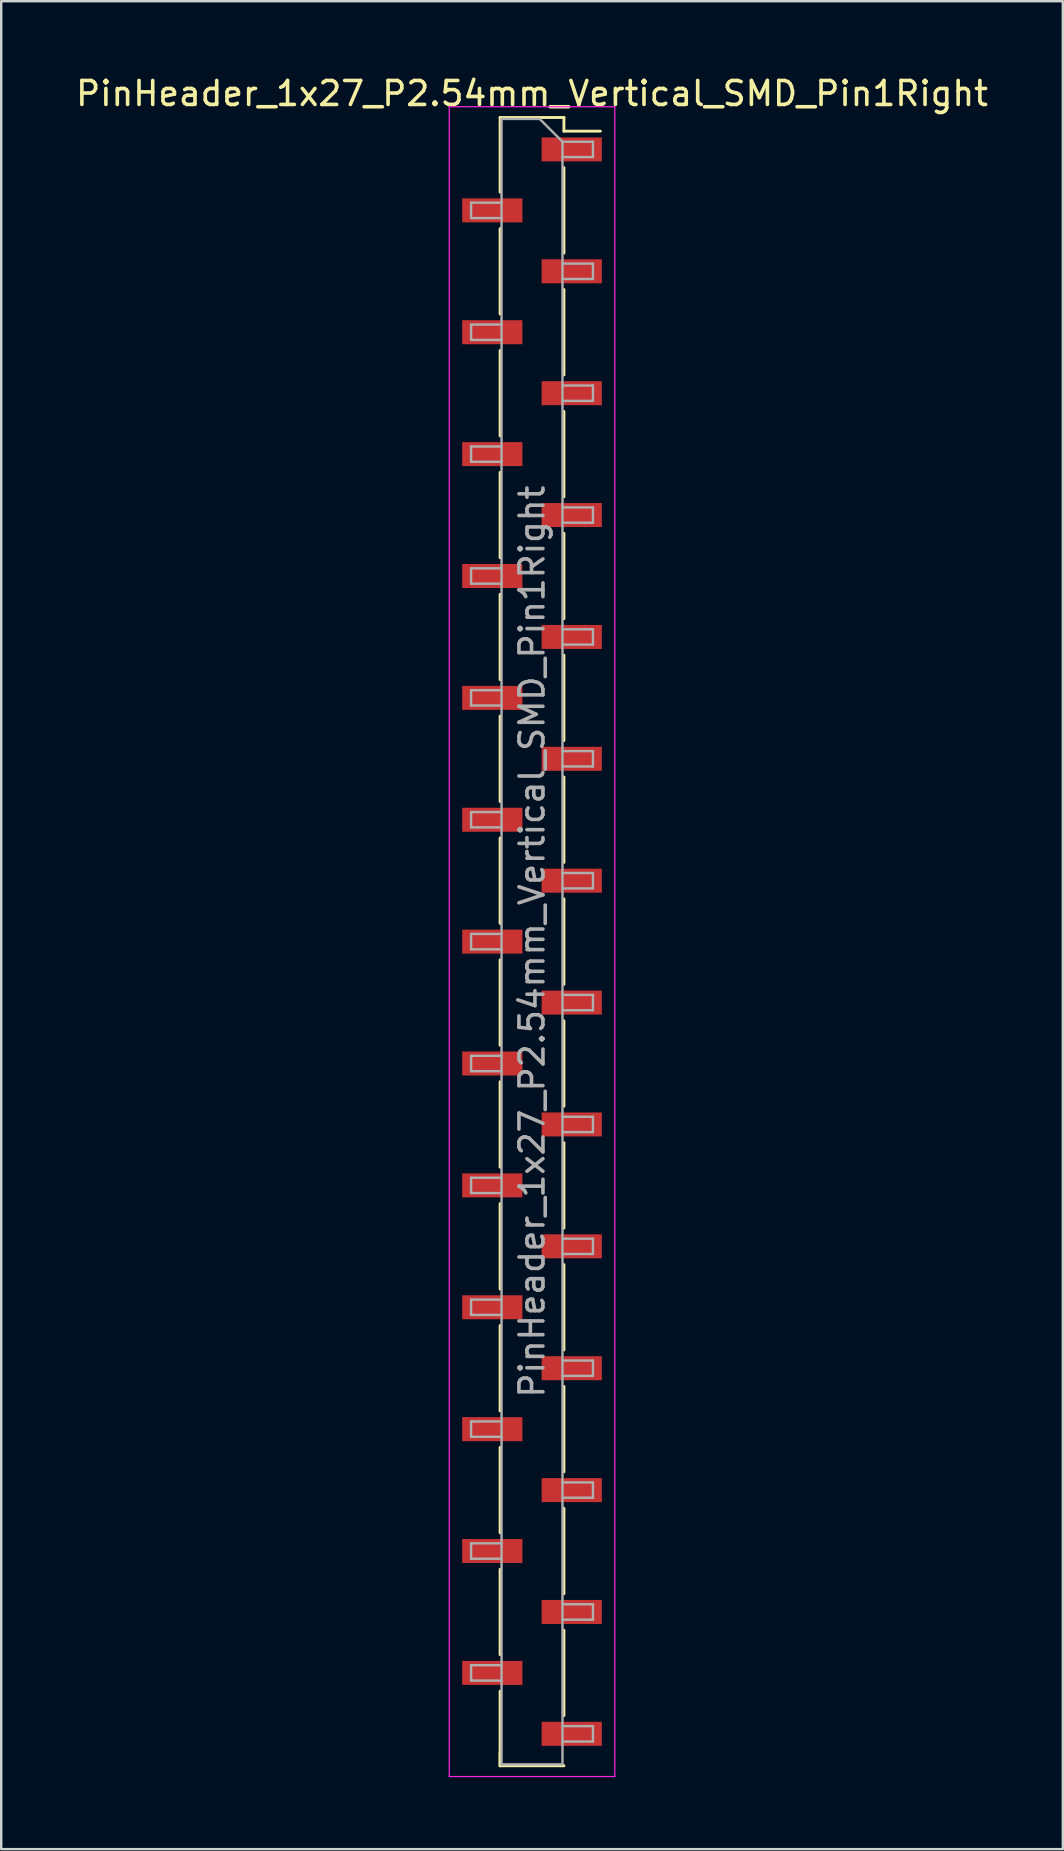
<source format=kicad_pcb>
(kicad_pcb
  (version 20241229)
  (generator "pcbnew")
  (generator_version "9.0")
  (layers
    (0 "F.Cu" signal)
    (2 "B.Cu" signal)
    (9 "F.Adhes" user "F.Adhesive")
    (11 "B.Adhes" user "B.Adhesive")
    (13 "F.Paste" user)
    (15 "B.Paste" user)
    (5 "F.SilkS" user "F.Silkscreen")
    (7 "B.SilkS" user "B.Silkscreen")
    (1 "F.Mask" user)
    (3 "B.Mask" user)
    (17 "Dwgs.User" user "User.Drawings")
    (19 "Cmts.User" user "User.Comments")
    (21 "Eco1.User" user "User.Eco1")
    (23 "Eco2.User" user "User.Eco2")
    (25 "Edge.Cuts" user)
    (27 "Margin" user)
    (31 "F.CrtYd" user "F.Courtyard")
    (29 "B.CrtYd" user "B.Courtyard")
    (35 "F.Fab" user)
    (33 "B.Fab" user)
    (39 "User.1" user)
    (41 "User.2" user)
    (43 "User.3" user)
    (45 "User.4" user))
  (footprint "PinHeader_1x27_P2.54mm_Vertical_SMD_Pin1Right"
    (layer "F.Cu")
    (at 19.125 36.198)
    (property "Reference" "PinHeader_1x27_P2.54mm_Vertical_SMD_Pin1Right" (at 0 -35.35 0) (layer "F.SilkS") (effects (font (size 1 1) (thickness 0.15))))
    (attr smd)
    (fp_line (start -1.33 -34.35) (end -1.33 -31.24) (stroke (width 0.12) (type solid)) (layer "F.SilkS"))
    (fp_line (start -1.33 -34.35) (end 1.33 -34.35) (stroke (width 0.12) (type solid)) (layer "F.SilkS"))
    (fp_line (start -1.33 -29.72) (end -1.33 -26.16) (stroke (width 0.12) (type solid)) (layer "F.SilkS"))
    (fp_line (start -1.33 -24.64) (end -1.33 -21.08) (stroke (width 0.12) (type solid)) (layer "F.SilkS"))
    (fp_line (start -1.33 -19.56) (end -1.33 -16) (stroke (width 0.12) (type solid)) (layer "F.SilkS"))
    (fp_line (start -1.33 -14.48) (end -1.33 -10.92) (stroke (width 0.12) (type solid)) (layer "F.SilkS"))
    (fp_line (start -1.33 -9.4) (end -1.33 -5.84) (stroke (width 0.12) (type solid)) (layer "F.SilkS"))
    (fp_line (start -1.33 -4.32) (end -1.33 -0.76) (stroke (width 0.12) (type solid)) (layer "F.SilkS"))
    (fp_line (start -1.33 0.76) (end -1.33 4.32) (stroke (width 0.12) (type solid)) (layer "F.SilkS"))
    (fp_line (start -1.33 5.84) (end -1.33 9.4) (stroke (width 0.12) (type solid)) (layer "F.SilkS"))
    (fp_line (start -1.33 10.92) (end -1.33 14.48) (stroke (width 0.12) (type solid)) (layer "F.SilkS"))
    (fp_line (start -1.33 16) (end -1.33 19.56) (stroke (width 0.12) (type solid)) (layer "F.SilkS"))
    (fp_line (start -1.33 21.08) (end -1.33 24.64) (stroke (width 0.12) (type solid)) (layer "F.SilkS"))
    (fp_line (start -1.33 26.16) (end -1.33 29.72) (stroke (width 0.12) (type solid)) (layer "F.SilkS"))
    (fp_line (start -1.33 31.24) (end -1.33 34.35) (stroke (width 0.12) (type solid)) (layer "F.SilkS"))
    (fp_line (start -1.33 33.78) (end -1.33 34.35) (stroke (width 0.12) (type solid)) (layer "F.SilkS"))
    (fp_line (start -1.33 34.35) (end 1.33 34.35) (stroke (width 0.12) (type solid)) (layer "F.SilkS"))
    (fp_line (start 1.33 -34.35) (end 1.33 -33.78) (stroke (width 0.12) (type solid)) (layer "F.SilkS"))
    (fp_line (start 1.33 -33.78) (end 2.85 -33.78) (stroke (width 0.12) (type solid)) (layer "F.SilkS"))
    (fp_line (start 1.33 -32.26) (end 1.33 -28.7) (stroke (width 0.12) (type solid)) (layer "F.SilkS"))
    (fp_line (start 1.33 -27.18) (end 1.33 -23.62) (stroke (width 0.12) (type solid)) (layer "F.SilkS"))
    (fp_line (start 1.33 -22.1) (end 1.33 -18.54) (stroke (width 0.12) (type solid)) (layer "F.SilkS"))
    (fp_line (start 1.33 -17.02) (end 1.33 -13.46) (stroke (width 0.12) (type solid)) (layer "F.SilkS"))
    (fp_line (start 1.33 -11.94) (end 1.33 -8.38) (stroke (width 0.12) (type solid)) (layer "F.SilkS"))
    (fp_line (start 1.33 -6.86) (end 1.33 -3.3) (stroke (width 0.12) (type solid)) (layer "F.SilkS"))
    (fp_line (start 1.33 -1.78) (end 1.33 1.78) (stroke (width 0.12) (type solid)) (layer "F.SilkS"))
    (fp_line (start 1.33 3.3) (end 1.33 6.86) (stroke (width 0.12) (type solid)) (layer "F.SilkS"))
    (fp_line (start 1.33 8.38) (end 1.33 11.94) (stroke (width 0.12) (type solid)) (layer "F.SilkS"))
    (fp_line (start 1.33 13.46) (end 1.33 17.02) (stroke (width 0.12) (type solid)) (layer "F.SilkS"))
    (fp_line (start 1.33 18.54) (end 1.33 22.1) (stroke (width 0.12) (type solid)) (layer "F.SilkS"))
    (fp_line (start 1.33 23.62) (end 1.33 27.18) (stroke (width 0.12) (type solid)) (layer "F.SilkS"))
    (fp_line (start 1.33 28.7) (end 1.33 32.26) (stroke (width 0.12) (type solid)) (layer "F.SilkS"))
    (fp_line (start -3.45 -34.8) (end -3.45 34.8) (stroke (width 0.05) (type solid)) (layer "F.CrtYd"))
    (fp_line (start -3.45 34.8) (end 3.45 34.8) (stroke (width 0.05) (type solid)) (layer "F.CrtYd"))
    (fp_line (start 3.45 -34.8) (end -3.45 -34.8) (stroke (width 0.05) (type solid)) (layer "F.CrtYd"))
    (fp_line (start 3.45 34.8) (end 3.45 -34.8) (stroke (width 0.05) (type solid)) (layer "F.CrtYd"))
    (fp_line (start -2.54 -30.8) (end -2.54 -30.16) (stroke (width 0.1) (type solid)) (layer "F.Fab"))
    (fp_line (start -2.54 -30.16) (end -1.27 -30.16) (stroke (width 0.1) (type solid)) (layer "F.Fab"))
    (fp_line (start -2.54 -25.72) (end -2.54 -25.08) (stroke (width 0.1) (type solid)) (layer "F.Fab"))
    (fp_line (start -2.54 -25.08) (end -1.27 -25.08) (stroke (width 0.1) (type solid)) (layer "F.Fab"))
    (fp_line (start -2.54 -20.64) (end -2.54 -20) (stroke (width 0.1) (type solid)) (layer "F.Fab"))
    (fp_line (start -2.54 -20) (end -1.27 -20) (stroke (width 0.1) (type solid)) (layer "F.Fab"))
    (fp_line (start -2.54 -15.56) (end -2.54 -14.92) (stroke (width 0.1) (type solid)) (layer "F.Fab"))
    (fp_line (start -2.54 -14.92) (end -1.27 -14.92) (stroke (width 0.1) (type solid)) (layer "F.Fab"))
    (fp_line (start -2.54 -10.48) (end -2.54 -9.84) (stroke (width 0.1) (type solid)) (layer "F.Fab"))
    (fp_line (start -2.54 -9.84) (end -1.27 -9.84) (stroke (width 0.1) (type solid)) (layer "F.Fab"))
    (fp_line (start -2.54 -5.4) (end -2.54 -4.76) (stroke (width 0.1) (type solid)) (layer "F.Fab"))
    (fp_line (start -2.54 -4.76) (end -1.27 -4.76) (stroke (width 0.1) (type solid)) (layer "F.Fab"))
    (fp_line (start -2.54 -0.32) (end -2.54 0.32) (stroke (width 0.1) (type solid)) (layer "F.Fab"))
    (fp_line (start -2.54 0.32) (end -1.27 0.32) (stroke (width 0.1) (type solid)) (layer "F.Fab"))
    (fp_line (start -2.54 4.76) (end -2.54 5.4) (stroke (width 0.1) (type solid)) (layer "F.Fab"))
    (fp_line (start -2.54 5.4) (end -1.27 5.4) (stroke (width 0.1) (type solid)) (layer "F.Fab"))
    (fp_line (start -2.54 9.84) (end -2.54 10.48) (stroke (width 0.1) (type solid)) (layer "F.Fab"))
    (fp_line (start -2.54 10.48) (end -1.27 10.48) (stroke (width 0.1) (type solid)) (layer "F.Fab"))
    (fp_line (start -2.54 14.92) (end -2.54 15.56) (stroke (width 0.1) (type solid)) (layer "F.Fab"))
    (fp_line (start -2.54 15.56) (end -1.27 15.56) (stroke (width 0.1) (type solid)) (layer "F.Fab"))
    (fp_line (start -2.54 20) (end -2.54 20.64) (stroke (width 0.1) (type solid)) (layer "F.Fab"))
    (fp_line (start -2.54 20.64) (end -1.27 20.64) (stroke (width 0.1) (type solid)) (layer "F.Fab"))
    (fp_line (start -2.54 25.08) (end -2.54 25.72) (stroke (width 0.1) (type solid)) (layer "F.Fab"))
    (fp_line (start -2.54 25.72) (end -1.27 25.72) (stroke (width 0.1) (type solid)) (layer "F.Fab"))
    (fp_line (start -2.54 30.16) (end -2.54 30.8) (stroke (width 0.1) (type solid)) (layer "F.Fab"))
    (fp_line (start -2.54 30.8) (end -1.27 30.8) (stroke (width 0.1) (type solid)) (layer "F.Fab"))
    (fp_line (start -1.27 -34.29) (end -1.27 34.29) (stroke (width 0.1) (type solid)) (layer "F.Fab"))
    (fp_line (start -1.27 -34.29) (end 0.32 -34.29) (stroke (width 0.1) (type solid)) (layer "F.Fab"))
    (fp_line (start -1.27 -30.8) (end -2.54 -30.8) (stroke (width 0.1) (type solid)) (layer "F.Fab"))
    (fp_line (start -1.27 -25.72) (end -2.54 -25.72) (stroke (width 0.1) (type solid)) (layer "F.Fab"))
    (fp_line (start -1.27 -20.64) (end -2.54 -20.64) (stroke (width 0.1) (type solid)) (layer "F.Fab"))
    (fp_line (start -1.27 -15.56) (end -2.54 -15.56) (stroke (width 0.1) (type solid)) (layer "F.Fab"))
    (fp_line (start -1.27 -10.48) (end -2.54 -10.48) (stroke (width 0.1) (type solid)) (layer "F.Fab"))
    (fp_line (start -1.27 -5.4) (end -2.54 -5.4) (stroke (width 0.1) (type solid)) (layer "F.Fab"))
    (fp_line (start -1.27 -0.32) (end -2.54 -0.32) (stroke (width 0.1) (type solid)) (layer "F.Fab"))
    (fp_line (start -1.27 4.76) (end -2.54 4.76) (stroke (width 0.1) (type solid)) (layer "F.Fab"))
    (fp_line (start -1.27 9.84) (end -2.54 9.84) (stroke (width 0.1) (type solid)) (layer "F.Fab"))
    (fp_line (start -1.27 14.92) (end -2.54 14.92) (stroke (width 0.1) (type solid)) (layer "F.Fab"))
    (fp_line (start -1.27 20) (end -2.54 20) (stroke (width 0.1) (type solid)) (layer "F.Fab"))
    (fp_line (start -1.27 25.08) (end -2.54 25.08) (stroke (width 0.1) (type solid)) (layer "F.Fab"))
    (fp_line (start -1.27 30.16) (end -2.54 30.16) (stroke (width 0.1) (type solid)) (layer "F.Fab"))
    (fp_line (start 1.27 -33.34) (end 0.32 -34.29) (stroke (width 0.1) (type solid)) (layer "F.Fab"))
    (fp_line (start 1.27 -33.34) (end 2.54 -33.34) (stroke (width 0.1) (type solid)) (layer "F.Fab"))
    (fp_line (start 1.27 -28.26) (end 2.54 -28.26) (stroke (width 0.1) (type solid)) (layer "F.Fab"))
    (fp_line (start 1.27 -23.18) (end 2.54 -23.18) (stroke (width 0.1) (type solid)) (layer "F.Fab"))
    (fp_line (start 1.27 -18.1) (end 2.54 -18.1) (stroke (width 0.1) (type solid)) (layer "F.Fab"))
    (fp_line (start 1.27 -13.02) (end 2.54 -13.02) (stroke (width 0.1) (type solid)) (layer "F.Fab"))
    (fp_line (start 1.27 -7.94) (end 2.54 -7.94) (stroke (width 0.1) (type solid)) (layer "F.Fab"))
    (fp_line (start 1.27 -2.86) (end 2.54 -2.86) (stroke (width 0.1) (type solid)) (layer "F.Fab"))
    (fp_line (start 1.27 2.22) (end 2.54 2.22) (stroke (width 0.1) (type solid)) (layer "F.Fab"))
    (fp_line (start 1.27 7.3) (end 2.54 7.3) (stroke (width 0.1) (type solid)) (layer "F.Fab"))
    (fp_line (start 1.27 12.38) (end 2.54 12.38) (stroke (width 0.1) (type solid)) (layer "F.Fab"))
    (fp_line (start 1.27 17.46) (end 2.54 17.46) (stroke (width 0.1) (type solid)) (layer "F.Fab"))
    (fp_line (start 1.27 22.54) (end 2.54 22.54) (stroke (width 0.1) (type solid)) (layer "F.Fab"))
    (fp_line (start 1.27 27.62) (end 2.54 27.62) (stroke (width 0.1) (type solid)) (layer "F.Fab"))
    (fp_line (start 1.27 32.7) (end 2.54 32.7) (stroke (width 0.1) (type solid)) (layer "F.Fab"))
    (fp_line (start 1.27 34.29) (end -1.27 34.29) (stroke (width 0.1) (type solid)) (layer "F.Fab"))
    (fp_line (start 1.27 34.29) (end 1.27 -33.34) (stroke (width 0.1) (type solid)) (layer "F.Fab"))
    (fp_line (start 2.54 -33.34) (end 2.54 -32.7) (stroke (width 0.1) (type solid)) (layer "F.Fab"))
    (fp_line (start 2.54 -32.7) (end 1.27 -32.7) (stroke (width 0.1) (type solid)) (layer "F.Fab"))
    (fp_line (start 2.54 -28.26) (end 2.54 -27.62) (stroke (width 0.1) (type solid)) (layer "F.Fab"))
    (fp_line (start 2.54 -27.62) (end 1.27 -27.62) (stroke (width 0.1) (type solid)) (layer "F.Fab"))
    (fp_line (start 2.54 -23.18) (end 2.54 -22.54) (stroke (width 0.1) (type solid)) (layer "F.Fab"))
    (fp_line (start 2.54 -22.54) (end 1.27 -22.54) (stroke (width 0.1) (type solid)) (layer "F.Fab"))
    (fp_line (start 2.54 -18.1) (end 2.54 -17.46) (stroke (width 0.1) (type solid)) (layer "F.Fab"))
    (fp_line (start 2.54 -17.46) (end 1.27 -17.46) (stroke (width 0.1) (type solid)) (layer "F.Fab"))
    (fp_line (start 2.54 -13.02) (end 2.54 -12.38) (stroke (width 0.1) (type solid)) (layer "F.Fab"))
    (fp_line (start 2.54 -12.38) (end 1.27 -12.38) (stroke (width 0.1) (type solid)) (layer "F.Fab"))
    (fp_line (start 2.54 -7.94) (end 2.54 -7.3) (stroke (width 0.1) (type solid)) (layer "F.Fab"))
    (fp_line (start 2.54 -7.3) (end 1.27 -7.3) (stroke (width 0.1) (type solid)) (layer "F.Fab"))
    (fp_line (start 2.54 -2.86) (end 2.54 -2.22) (stroke (width 0.1) (type solid)) (layer "F.Fab"))
    (fp_line (start 2.54 -2.22) (end 1.27 -2.22) (stroke (width 0.1) (type solid)) (layer "F.Fab"))
    (fp_line (start 2.54 2.22) (end 2.54 2.86) (stroke (width 0.1) (type solid)) (layer "F.Fab"))
    (fp_line (start 2.54 2.86) (end 1.27 2.86) (stroke (width 0.1) (type solid)) (layer "F.Fab"))
    (fp_line (start 2.54 7.3) (end 2.54 7.94) (stroke (width 0.1) (type solid)) (layer "F.Fab"))
    (fp_line (start 2.54 7.94) (end 1.27 7.94) (stroke (width 0.1) (type solid)) (layer "F.Fab"))
    (fp_line (start 2.54 12.38) (end 2.54 13.02) (stroke (width 0.1) (type solid)) (layer "F.Fab"))
    (fp_line (start 2.54 13.02) (end 1.27 13.02) (stroke (width 0.1) (type solid)) (layer "F.Fab"))
    (fp_line (start 2.54 17.46) (end 2.54 18.1) (stroke (width 0.1) (type solid)) (layer "F.Fab"))
    (fp_line (start 2.54 18.1) (end 1.27 18.1) (stroke (width 0.1) (type solid)) (layer "F.Fab"))
    (fp_line (start 2.54 22.54) (end 2.54 23.18) (stroke (width 0.1) (type solid)) (layer "F.Fab"))
    (fp_line (start 2.54 23.18) (end 1.27 23.18) (stroke (width 0.1) (type solid)) (layer "F.Fab"))
    (fp_line (start 2.54 27.62) (end 2.54 28.26) (stroke (width 0.1) (type solid)) (layer "F.Fab"))
    (fp_line (start 2.54 28.26) (end 1.27 28.26) (stroke (width 0.1) (type solid)) (layer "F.Fab"))
    (fp_line (start 2.54 32.7) (end 2.54 33.34) (stroke (width 0.1) (type solid)) (layer "F.Fab"))
    (fp_line (start 2.54 33.34) (end 1.27 33.34) (stroke (width 0.1) (type solid)) (layer "F.Fab"))
    (fp_text user "${REFERENCE}" (at 0 0 90) (layer "F.Fab") (effects (font (size 1 1) (thickness 0.15))))
    (pad "1" smd rect (at 1.655 -33.02) (size 2.51 1) (layers "F.Cu" "F.Mask" "F.Paste"))
    (pad "2" smd rect (at -1.655 -30.48) (size 2.51 1) (layers "F.Cu" "F.Mask" "F.Paste"))
    (pad "3" smd rect (at 1.655 -27.94) (size 2.51 1) (layers "F.Cu" "F.Mask" "F.Paste"))
    (pad "4" smd rect (at -1.655 -25.4) (size 2.51 1) (layers "F.Cu" "F.Mask" "F.Paste"))
    (pad "5" smd rect (at 1.655 -22.86) (size 2.51 1) (layers "F.Cu" "F.Mask" "F.Paste"))
    (pad "6" smd rect (at -1.655 -20.32) (size 2.51 1) (layers "F.Cu" "F.Mask" "F.Paste"))
    (pad "7" smd rect (at 1.655 -17.78) (size 2.51 1) (layers "F.Cu" "F.Mask" "F.Paste"))
    (pad "8" smd rect (at -1.655 -15.24) (size 2.51 1) (layers "F.Cu" "F.Mask" "F.Paste"))
    (pad "9" smd rect (at 1.655 -12.7) (size 2.51 1) (layers "F.Cu" "F.Mask" "F.Paste"))
    (pad "10" smd rect (at -1.655 -10.16) (size 2.51 1) (layers "F.Cu" "F.Mask" "F.Paste"))
    (pad "11" smd rect (at 1.655 -7.62) (size 2.51 1) (layers "F.Cu" "F.Mask" "F.Paste"))
    (pad "12" smd rect (at -1.655 -5.08) (size 2.51 1) (layers "F.Cu" "F.Mask" "F.Paste"))
    (pad "13" smd rect (at 1.655 -2.54) (size 2.51 1) (layers "F.Cu" "F.Mask" "F.Paste"))
    (pad "14" smd rect (at -1.655 0) (size 2.51 1) (layers "F.Cu" "F.Mask" "F.Paste"))
    (pad "15" smd rect (at 1.655 2.54) (size 2.51 1) (layers "F.Cu" "F.Mask" "F.Paste"))
    (pad "16" smd rect (at -1.655 5.08) (size 2.51 1) (layers "F.Cu" "F.Mask" "F.Paste"))
    (pad "17" smd rect (at 1.655 7.62) (size 2.51 1) (layers "F.Cu" "F.Mask" "F.Paste"))
    (pad "18" smd rect (at -1.655 10.16) (size 2.51 1) (layers "F.Cu" "F.Mask" "F.Paste"))
    (pad "19" smd rect (at 1.655 12.7) (size 2.51 1) (layers "F.Cu" "F.Mask" "F.Paste"))
    (pad "20" smd rect (at -1.655 15.24) (size 2.51 1) (layers "F.Cu" "F.Mask" "F.Paste"))
    (pad "21" smd rect (at 1.655 17.78) (size 2.51 1) (layers "F.Cu" "F.Mask" "F.Paste"))
    (pad "22" smd rect (at -1.655 20.32) (size 2.51 1) (layers "F.Cu" "F.Mask" "F.Paste"))
    (pad "23" smd rect (at 1.655 22.86) (size 2.51 1) (layers "F.Cu" "F.Mask" "F.Paste"))
    (pad "24" smd rect (at -1.655 25.4) (size 2.51 1) (layers "F.Cu" "F.Mask" "F.Paste"))
    (pad "25" smd rect (at 1.655 27.94) (size 2.51 1) (layers "F.Cu" "F.Mask" "F.Paste"))
    (pad "26" smd rect (at -1.655 30.48) (size 2.51 1) (layers "F.Cu" "F.Mask" "F.Paste"))
    (pad "27" smd rect (at 1.655 33.02) (size 2.51 1) (layers "F.Cu" "F.Mask" "F.Paste")))
  (gr_rect
    (start -3 -3)
    (end 41.25 74.023)
    (stroke (width 0.1) (type default))
    (fill no)
    (layer "Edge.Cuts")))
</source>
